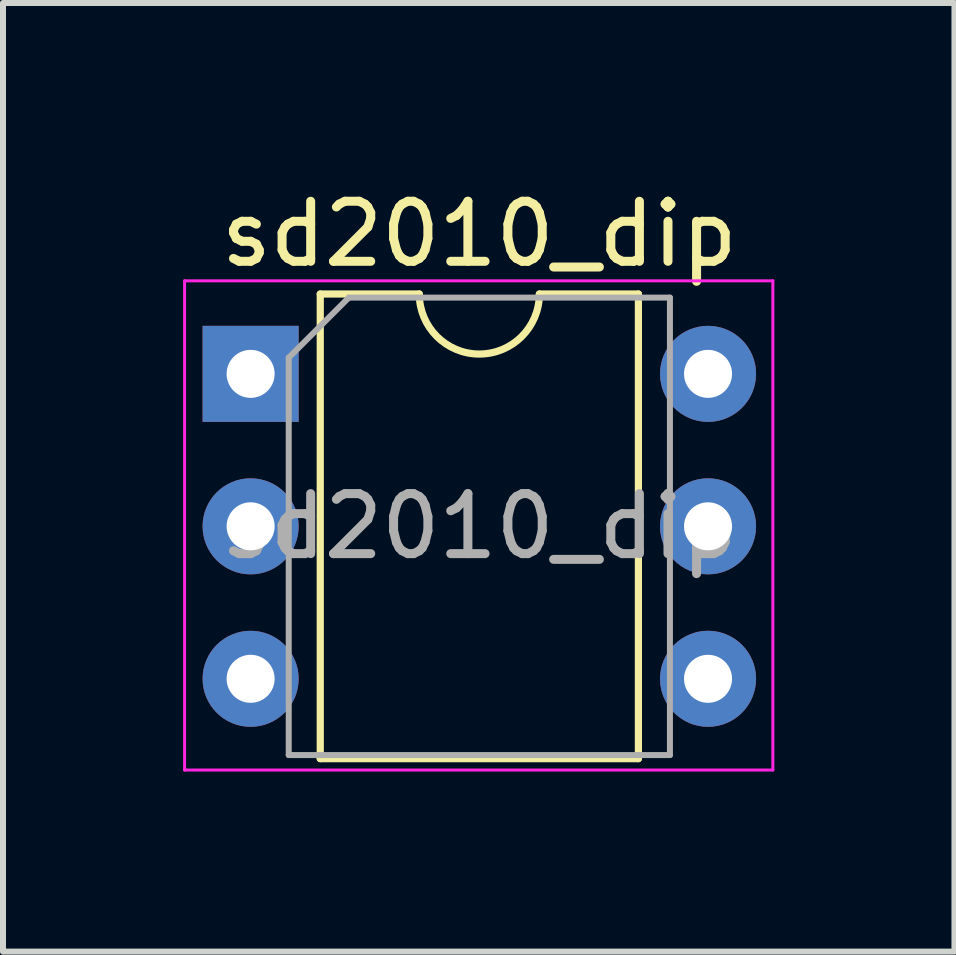
<source format=kicad_pcb>
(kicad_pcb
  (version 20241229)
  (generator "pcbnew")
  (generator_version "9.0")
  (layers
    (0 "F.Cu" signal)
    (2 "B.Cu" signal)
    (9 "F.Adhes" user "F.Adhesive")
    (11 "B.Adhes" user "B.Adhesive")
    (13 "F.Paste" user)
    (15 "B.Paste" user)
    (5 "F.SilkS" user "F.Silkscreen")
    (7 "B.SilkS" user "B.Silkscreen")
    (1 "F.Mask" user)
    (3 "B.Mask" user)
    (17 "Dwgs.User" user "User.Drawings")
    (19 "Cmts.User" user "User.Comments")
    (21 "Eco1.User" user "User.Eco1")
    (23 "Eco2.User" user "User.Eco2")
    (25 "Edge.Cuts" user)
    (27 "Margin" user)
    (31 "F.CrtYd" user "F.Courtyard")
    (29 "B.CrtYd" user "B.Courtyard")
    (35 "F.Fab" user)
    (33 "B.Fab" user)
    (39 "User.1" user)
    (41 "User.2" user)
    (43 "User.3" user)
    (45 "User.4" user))
  (footprint "sd2010_dip"
    (layer "F.Cu")
    (at 1.125 3.178)
    (property "Reference" "sd2010_dip" (at 3.81 -2.33 0) (layer "F.SilkS") (effects (font (size 1 1) (thickness 0.15))))
    (attr through_hole)
    (fp_line (start 1.16 -1.33) (end 1.16 6.41) (stroke (width 0.12) (type solid)) (layer "F.SilkS"))
    (fp_line (start 1.16 6.41) (end 6.46 6.41) (stroke (width 0.12) (type solid)) (layer "F.SilkS"))
    (fp_line (start 2.81 -1.33) (end 1.16 -1.33) (stroke (width 0.12) (type solid)) (layer "F.SilkS"))
    (fp_line (start 6.46 -1.33) (end 4.81 -1.33) (stroke (width 0.12) (type solid)) (layer "F.SilkS"))
    (fp_line (start 6.46 6.41) (end 6.46 -1.33) (stroke (width 0.12) (type solid)) (layer "F.SilkS"))
    (fp_arc (start 4.81 -1.33) (mid 3.81 -0.33) (end 2.81 -1.33) (stroke (width 0.12) (type solid)) (layer "F.SilkS"))
    (fp_line (start -1.1 -1.55) (end -1.1 6.6) (stroke (width 0.05) (type solid)) (layer "F.CrtYd"))
    (fp_line (start -1.1 6.6) (end 8.7 6.6) (stroke (width 0.05) (type solid)) (layer "F.CrtYd"))
    (fp_line (start 8.7 -1.55) (end -1.1 -1.55) (stroke (width 0.05) (type solid)) (layer "F.CrtYd"))
    (fp_line (start 8.7 6.6) (end 8.7 -1.55) (stroke (width 0.05) (type solid)) (layer "F.CrtYd"))
    (fp_line (start 0.635 -0.27) (end 1.635 -1.27) (stroke (width 0.1) (type solid)) (layer "F.Fab"))
    (fp_line (start 0.635 6.35) (end 0.635 -0.27) (stroke (width 0.1) (type solid)) (layer "F.Fab"))
    (fp_line (start 1.635 -1.27) (end 6.985 -1.27) (stroke (width 0.1) (type solid)) (layer "F.Fab"))
    (fp_line (start 6.985 -1.27) (end 6.985 6.35) (stroke (width 0.1) (type solid)) (layer "F.Fab"))
    (fp_line (start 6.985 6.35) (end 0.635 6.35) (stroke (width 0.1) (type solid)) (layer "F.Fab"))
    (fp_text user "${REFERENCE}" (at 3.81 2.54 0) (layer "F.Fab") (effects (font (size 1 1) (thickness 0.15))))
    (pad "1" thru_hole rect (at 0 0) (size 1.6 1.6) (drill 0.8) (layers "*.Cu" "*.Mask"))
    (pad "2" thru_hole oval (at 7.62 5.08) (size 1.6 1.6) (drill 0.8) (layers "*.Cu" "*.Mask"))
    (pad "4" thru_hole oval (at 0 5.08) (size 1.6 1.6) (drill 0.8) (layers "*.Cu" "*.Mask"))
    (pad "8" thru_hole oval (at 7.62 0) (size 1.6 1.6) (drill 0.8) (layers "*.Cu" "*.Mask"))
    (pad "C" thru_hole oval (at 0 2.54) (size 1.6 1.6) (drill 0.8) (layers "*.Cu" "*.Mask"))
    (pad "C" thru_hole oval (at 7.62 2.54) (size 1.6 1.6) (drill 0.8) (layers "*.Cu" "*.Mask")))
  (gr_rect
    (start -3 -3)
    (end 12.85 12.803)
    (stroke (width 0.1) (type default))
    (fill no)
    (layer "Edge.Cuts")))
</source>
